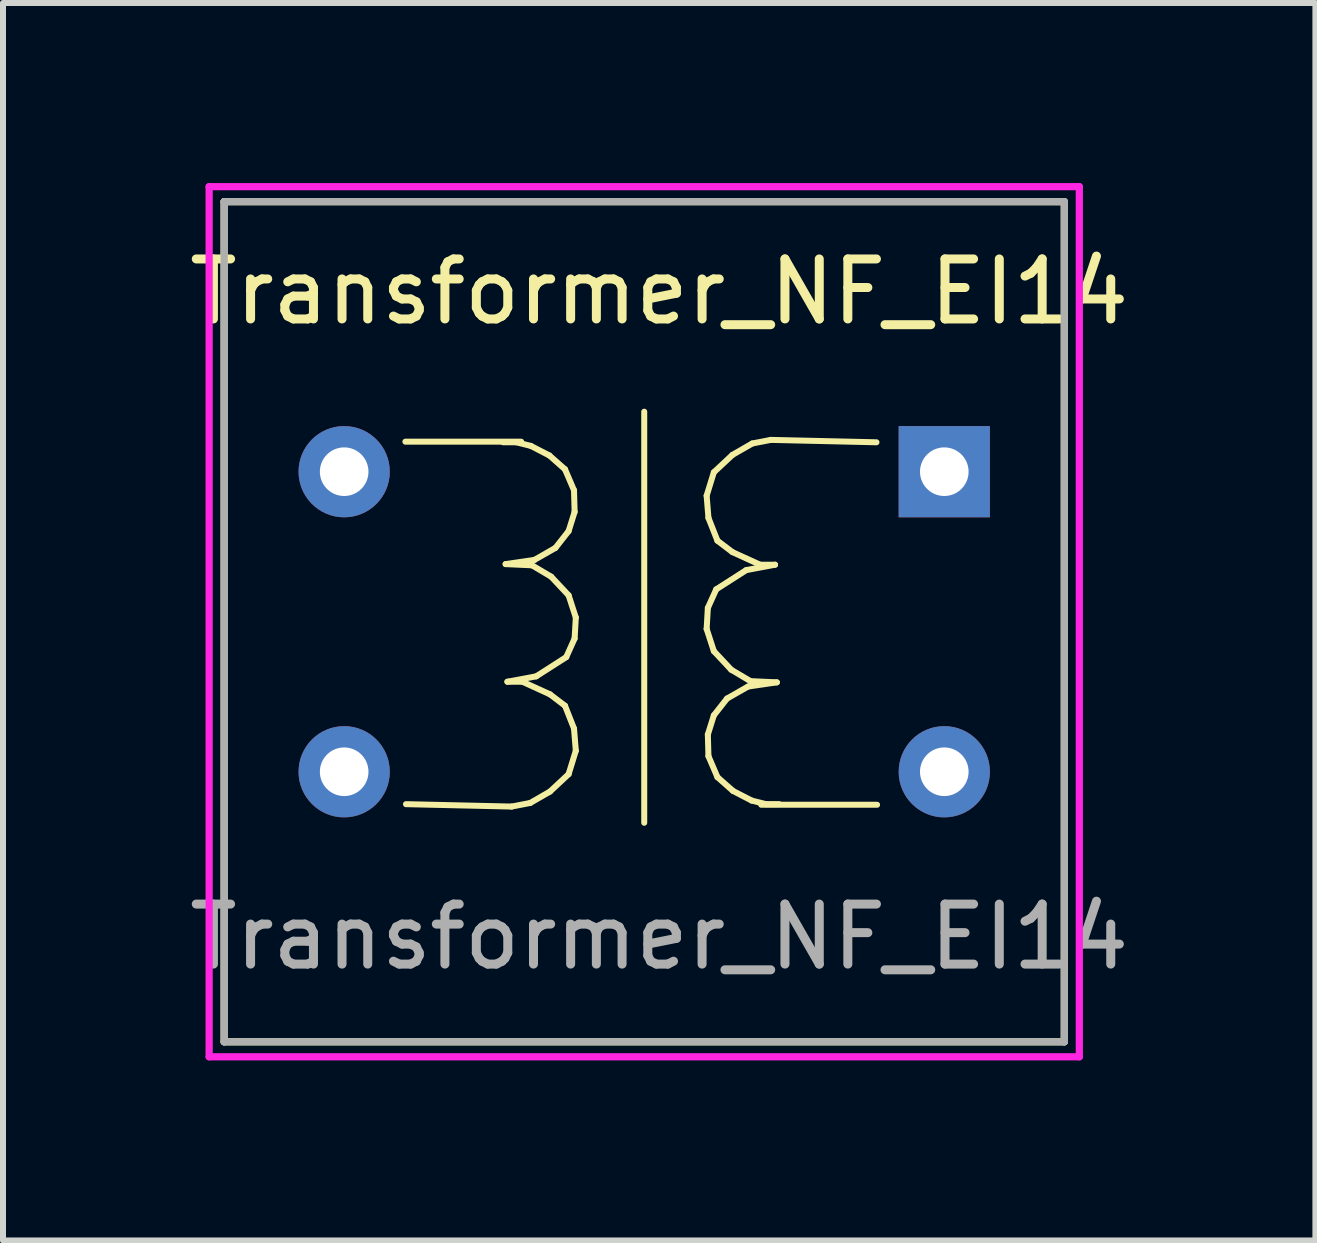
<source format=kicad_pcb>
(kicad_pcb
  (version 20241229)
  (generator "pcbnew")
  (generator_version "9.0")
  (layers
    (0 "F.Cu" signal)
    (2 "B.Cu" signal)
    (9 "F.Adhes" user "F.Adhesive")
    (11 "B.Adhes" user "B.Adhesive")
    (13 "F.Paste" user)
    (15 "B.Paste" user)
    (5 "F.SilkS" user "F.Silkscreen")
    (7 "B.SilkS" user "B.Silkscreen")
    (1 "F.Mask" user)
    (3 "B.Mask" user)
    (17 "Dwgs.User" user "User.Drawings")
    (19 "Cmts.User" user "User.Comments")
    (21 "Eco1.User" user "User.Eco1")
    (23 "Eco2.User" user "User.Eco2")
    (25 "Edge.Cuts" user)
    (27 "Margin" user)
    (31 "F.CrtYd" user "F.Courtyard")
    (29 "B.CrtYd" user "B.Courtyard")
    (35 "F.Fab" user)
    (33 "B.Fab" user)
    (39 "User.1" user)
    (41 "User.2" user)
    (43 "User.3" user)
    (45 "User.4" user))
  (footprint "Transformer_NF_EI14"
    (layer "F.Cu")
    (at 12.685 4.81)
    (property "Reference" "Transformer_NF_EI14" (at -4.75 -3 0) (layer "F.SilkS") (effects (font (size 1 1) (thickness 0.15))))
    (attr through_hole)
    (fp_line (start -12 -4.5) (end 2 -4.5) (stroke (width 0.12) (type solid)) (layer "F.SilkS"))
    (fp_line (start -12 9.5) (end -12 -4.5) (stroke (width 0.12) (type solid)) (layer "F.SilkS"))
    (fp_line (start -8.97 5.54) (end -7.21 5.58) (stroke (width 0.1) (type solid)) (layer "F.SilkS"))
    (fp_line (start -7.31 1.54) (end -6.83 1.47) (stroke (width 0.1) (type solid)) (layer "F.SilkS"))
    (fp_line (start -7.28 3.5) (end -6.8 3.41) (stroke (width 0.1) (type solid)) (layer "F.SilkS"))
    (fp_line (start -7.21 5.58) (end -6.9 5.52) (stroke (width 0.1) (type solid)) (layer "F.SilkS"))
    (fp_line (start -7.13 -0.49) (end -7.35 -0.49) (stroke (width 0.1) (type solid)) (layer "F.SilkS"))
    (fp_line (start -7.05 -0.5) (end -8.98 -0.5) (stroke (width 0.1) (type solid)) (layer "F.SilkS"))
    (fp_line (start -7.03 3.5) (end -7.28 3.5) (stroke (width 0.1) (type solid)) (layer "F.SilkS"))
    (fp_line (start -6.9 5.52) (end -6.57 5.33) (stroke (width 0.1) (type solid)) (layer "F.SilkS"))
    (fp_line (start -6.89 -0.43) (end -7.13 -0.49) (stroke (width 0.1) (type solid)) (layer "F.SilkS"))
    (fp_line (start -6.87 1.56) (end -7.31 1.54) (stroke (width 0.1) (type solid)) (layer "F.SilkS"))
    (fp_line (start -6.83 1.47) (end -6.48 1.27) (stroke (width 0.1) (type solid)) (layer "F.SilkS"))
    (fp_line (start -6.8 3.41) (end -6.3 3.09) (stroke (width 0.1) (type solid)) (layer "F.SilkS"))
    (fp_line (start -6.58 -0.27) (end -6.89 -0.43) (stroke (width 0.1) (type solid)) (layer "F.SilkS"))
    (fp_line (start -6.57 3.71) (end -7.03 3.5) (stroke (width 0.1) (type solid)) (layer "F.SilkS"))
    (fp_line (start -6.57 5.33) (end -6.26 5.04) (stroke (width 0.1) (type solid)) (layer "F.SilkS"))
    (fp_line (start -6.55 1.75) (end -6.87 1.56) (stroke (width 0.1) (type solid)) (layer "F.SilkS"))
    (fp_line (start -6.48 1.27) (end -6.26 0.99) (stroke (width 0.1) (type solid)) (layer "F.SilkS"))
    (fp_line (start -6.32 -0.04) (end -6.58 -0.27) (stroke (width 0.1) (type solid)) (layer "F.SilkS"))
    (fp_line (start -6.32 3.9) (end -6.57 3.71) (stroke (width 0.1) (type solid)) (layer "F.SilkS"))
    (fp_line (start -6.3 3.09) (end -6.16 2.78) (stroke (width 0.1) (type solid)) (layer "F.SilkS"))
    (fp_line (start -6.26 0.99) (end -6.16 0.67) (stroke (width 0.1) (type solid)) (layer "F.SilkS"))
    (fp_line (start -6.26 2.06) (end -6.55 1.75) (stroke (width 0.1) (type solid)) (layer "F.SilkS"))
    (fp_line (start -6.26 5.04) (end -6.14 4.65) (stroke (width 0.1) (type solid)) (layer "F.SilkS"))
    (fp_line (start -6.17 0.31) (end -6.32 -0.04) (stroke (width 0.1) (type solid)) (layer "F.SilkS"))
    (fp_line (start -6.17 4.28) (end -6.32 3.9) (stroke (width 0.1) (type solid)) (layer "F.SilkS"))
    (fp_line (start -6.16 0.67) (end -6.17 0.31) (stroke (width 0.1) (type solid)) (layer "F.SilkS"))
    (fp_line (start -6.16 2.78) (end -6.14 2.43) (stroke (width 0.1) (type solid)) (layer "F.SilkS"))
    (fp_line (start -6.14 2.43) (end -6.26 2.06) (stroke (width 0.1) (type solid)) (layer "F.SilkS"))
    (fp_line (start -6.14 4.65) (end -6.17 4.28) (stroke (width 0.1) (type solid)) (layer "F.SilkS"))
    (fp_line (start -5 -1) (end -5 5.85) (stroke (width 0.1) (type solid)) (layer "F.SilkS"))
    (fp_line (start -3.96 0.4) (end -3.93 0.77) (stroke (width 0.1) (type solid)) (layer "F.SilkS"))
    (fp_line (start -3.96 2.62) (end -3.84 2.99) (stroke (width 0.1) (type solid)) (layer "F.SilkS"))
    (fp_line (start -3.94 2.27) (end -3.96 2.62) (stroke (width 0.1) (type solid)) (layer "F.SilkS"))
    (fp_line (start -3.94 4.38) (end -3.93 4.74) (stroke (width 0.1) (type solid)) (layer "F.SilkS"))
    (fp_line (start -3.93 0.77) (end -3.78 1.15) (stroke (width 0.1) (type solid)) (layer "F.SilkS"))
    (fp_line (start -3.93 4.74) (end -3.78 5.09) (stroke (width 0.1) (type solid)) (layer "F.SilkS"))
    (fp_line (start -3.84 0.01) (end -3.96 0.4) (stroke (width 0.1) (type solid)) (layer "F.SilkS"))
    (fp_line (start -3.84 2.99) (end -3.55 3.3) (stroke (width 0.1) (type solid)) (layer "F.SilkS"))
    (fp_line (start -3.84 4.06) (end -3.94 4.38) (stroke (width 0.1) (type solid)) (layer "F.SilkS"))
    (fp_line (start -3.8 1.96) (end -3.94 2.27) (stroke (width 0.1) (type solid)) (layer "F.SilkS"))
    (fp_line (start -3.78 1.15) (end -3.53 1.34) (stroke (width 0.1) (type solid)) (layer "F.SilkS"))
    (fp_line (start -3.78 5.09) (end -3.52 5.32) (stroke (width 0.1) (type solid)) (layer "F.SilkS"))
    (fp_line (start -3.62 3.78) (end -3.84 4.06) (stroke (width 0.1) (type solid)) (layer "F.SilkS"))
    (fp_line (start -3.55 3.3) (end -3.23 3.49) (stroke (width 0.1) (type solid)) (layer "F.SilkS"))
    (fp_line (start -3.53 -0.28) (end -3.84 0.01) (stroke (width 0.1) (type solid)) (layer "F.SilkS"))
    (fp_line (start -3.53 1.34) (end -3.07 1.55) (stroke (width 0.1) (type solid)) (layer "F.SilkS"))
    (fp_line (start -3.52 5.32) (end -3.21 5.48) (stroke (width 0.1) (type solid)) (layer "F.SilkS"))
    (fp_line (start -3.3 1.64) (end -3.8 1.96) (stroke (width 0.1) (type solid)) (layer "F.SilkS"))
    (fp_line (start -3.27 3.58) (end -3.62 3.78) (stroke (width 0.1) (type solid)) (layer "F.SilkS"))
    (fp_line (start -3.23 3.49) (end -2.79 3.51) (stroke (width 0.1) (type solid)) (layer "F.SilkS"))
    (fp_line (start -3.21 5.48) (end -2.97 5.54) (stroke (width 0.1) (type solid)) (layer "F.SilkS"))
    (fp_line (start -3.2 -0.47) (end -3.53 -0.28) (stroke (width 0.1) (type solid)) (layer "F.SilkS"))
    (fp_line (start -3.07 1.55) (end -2.82 1.55) (stroke (width 0.1) (type solid)) (layer "F.SilkS"))
    (fp_line (start -3.05 5.55) (end -1.12 5.55) (stroke (width 0.1) (type solid)) (layer "F.SilkS"))
    (fp_line (start -2.97 5.54) (end -2.75 5.54) (stroke (width 0.1) (type solid)) (layer "F.SilkS"))
    (fp_line (start -2.89 -0.53) (end -3.2 -0.47) (stroke (width 0.1) (type solid)) (layer "F.SilkS"))
    (fp_line (start -2.82 1.55) (end -3.3 1.64) (stroke (width 0.1) (type solid)) (layer "F.SilkS"))
    (fp_line (start -2.79 3.51) (end -3.27 3.58) (stroke (width 0.1) (type solid)) (layer "F.SilkS"))
    (fp_line (start -1.13 -0.49) (end -2.89 -0.53) (stroke (width 0.1) (type solid)) (layer "F.SilkS"))
    (fp_line (start 2 -4.5) (end 2 9.5) (stroke (width 0.12) (type solid)) (layer "F.SilkS"))
    (fp_line (start 2 9.5) (end -12 9.5) (stroke (width 0.12) (type solid)) (layer "F.SilkS"))
    (fp_line (start -12.25 -4.75) (end 2.25 -4.75) (stroke (width 0.12) (type solid)) (layer "F.CrtYd"))
    (fp_line (start -12.25 9.75) (end -12.25 -4.75) (stroke (width 0.12) (type solid)) (layer "F.CrtYd"))
    (fp_line (start 2.25 -4.75) (end 2.25 9.75) (stroke (width 0.12) (type solid)) (layer "F.CrtYd"))
    (fp_line (start 2.25 9.75) (end -12.25 9.75) (stroke (width 0.12) (type solid)) (layer "F.CrtYd"))
    (fp_line (start -12 -4.5) (end 2 -4.5) (stroke (width 0.12) (type solid)) (layer "F.Fab"))
    (fp_line (start -12 9.5) (end -12 -4.5) (stroke (width 0.12) (type solid)) (layer "F.Fab"))
    (fp_line (start 2 -4.5) (end 2 9.5) (stroke (width 0.12) (type solid)) (layer "F.Fab"))
    (fp_line (start 2 9.5) (end -12 9.5) (stroke (width 0.12) (type solid)) (layer "F.Fab"))
    (fp_text user "${REFERENCE}" (at -4.75 7.75 0) (layer "F.Fab") (effects (font (size 1 1) (thickness 0.15))))
    (pad "1" thru_hole rect (at 0 0) (size 1.52 1.52) (drill 0.81) (layers "*.Cu" "*.Mask"))
    (pad "2" thru_hole circle (at 0 5) (size 1.52 1.52) (drill 0.81) (layers "*.Cu" "*.Mask"))
    (pad "3" thru_hole circle (at -10 5) (size 1.52 1.52) (drill 0.81) (layers "*.Cu" "*.Mask"))
    (pad "4" thru_hole circle (at -10 0) (size 1.52 1.52) (drill 0.81) (layers "*.Cu" "*.Mask")))
  (gr_rect
    (start -3 -3)
    (end 18.869 17.62)
    (stroke (width 0.1) (type default))
    (fill no)
    (layer "Edge.Cuts")))
</source>
